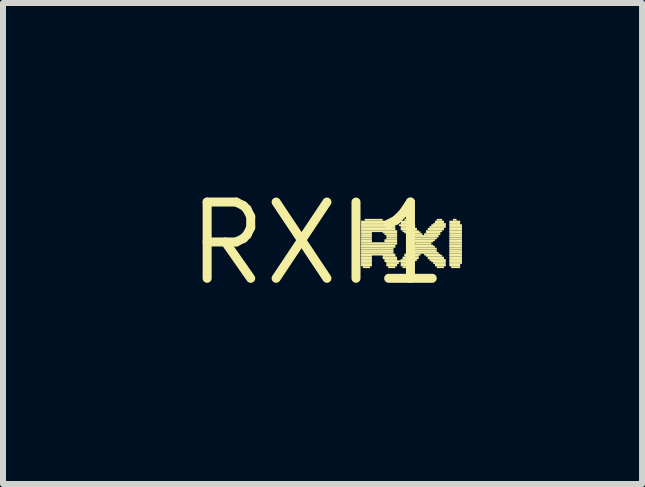
<source format=kicad_pcb>
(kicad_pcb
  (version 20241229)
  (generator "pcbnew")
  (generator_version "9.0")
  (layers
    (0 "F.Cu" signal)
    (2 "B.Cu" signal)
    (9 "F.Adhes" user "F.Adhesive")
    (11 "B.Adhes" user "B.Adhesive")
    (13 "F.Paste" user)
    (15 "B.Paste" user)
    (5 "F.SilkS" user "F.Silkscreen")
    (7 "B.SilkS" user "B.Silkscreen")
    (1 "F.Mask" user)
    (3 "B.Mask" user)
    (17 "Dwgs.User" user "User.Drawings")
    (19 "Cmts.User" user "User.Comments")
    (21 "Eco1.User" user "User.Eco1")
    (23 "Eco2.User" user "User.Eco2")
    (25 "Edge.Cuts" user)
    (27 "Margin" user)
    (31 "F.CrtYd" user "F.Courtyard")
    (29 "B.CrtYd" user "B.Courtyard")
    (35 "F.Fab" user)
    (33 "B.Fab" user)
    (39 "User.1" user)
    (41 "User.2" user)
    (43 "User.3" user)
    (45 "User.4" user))
  (footprint "RXI1"
    (layer "F.Cu")
    (at 2.245 1.006)
    (property "Reference" "RXI1" (at 0 0 0) (layer "F.SilkS") (effects (font (size 1.27 1.27) (thickness 0.15))))
    (fp_poly (pts (xy 0.72 -0.34) (xy 1.17 -0.34) (xy 1.17 -0.38) (xy 0.72 -0.38)) (stroke (width 0) (type default)) (fill yes) (layer "F.SilkS"))
    (fp_poly (pts (xy 0.72 -0.31) (xy 1.23 -0.31) (xy 1.23 -0.34) (xy 0.72 -0.34)) (stroke (width 0) (type default)) (fill yes) (layer "F.SilkS"))
    (fp_poly (pts (xy 0.72 -0.29) (xy 1.26 -0.29) (xy 1.26 -0.32) (xy 0.72 -0.32)) (stroke (width 0) (type default)) (fill yes) (layer "F.SilkS"))
    (fp_poly (pts (xy 0.72 -0.26) (xy 1.29 -0.26) (xy 1.29 -0.29) (xy 0.72 -0.29)) (stroke (width 0) (type default)) (fill yes) (layer "F.SilkS"))
    (fp_poly (pts (xy 0.72 -0.22) (xy 1.29 -0.22) (xy 1.29 -0.26) (xy 0.72 -0.26)) (stroke (width 0) (type default)) (fill yes) (layer "F.SilkS"))
    (fp_poly (pts (xy 0.72 -0.19) (xy 1.32 -0.19) (xy 1.32 -0.22) (xy 0.72 -0.22)) (stroke (width 0) (type default)) (fill yes) (layer "F.SilkS"))
    (fp_poly (pts (xy 0.72 -0.17) (xy 0.9 -0.17) (xy 0.9 -0.2) (xy 0.72 -0.2)) (stroke (width 0) (type default)) (fill yes) (layer "F.SilkS"))
    (fp_poly (pts (xy 0.72 -0.14) (xy 0.9 -0.14) (xy 0.9 -0.17) (xy 0.72 -0.17)) (stroke (width 0) (type default)) (fill yes) (layer "F.SilkS"))
    (fp_poly (pts (xy 0.72 -0.1) (xy 0.9 -0.1) (xy 0.9 -0.14) (xy 0.72 -0.14)) (stroke (width 0) (type default)) (fill yes) (layer "F.SilkS"))
    (fp_poly (pts (xy 0.72 -0.07) (xy 0.9 -0.07) (xy 0.9 -0.1) (xy 0.72 -0.1)) (stroke (width 0) (type default)) (fill yes) (layer "F.SilkS"))
    (fp_poly (pts (xy 0.72 -0.04) (xy 0.9 -0.04) (xy 0.9 -0.07) (xy 0.72 -0.07)) (stroke (width 0) (type default)) (fill yes) (layer "F.SilkS"))
    (fp_poly (pts (xy 0.72 -0.02) (xy 0.9 -0.02) (xy 0.9 -0.05) (xy 0.72 -0.05)) (stroke (width 0) (type default)) (fill yes) (layer "F.SilkS"))
    (fp_poly (pts (xy 0.72 0.02) (xy 1.32 0.02) (xy 1.32 -0.02) (xy 0.72 -0.02)) (stroke (width 0) (type default)) (fill yes) (layer "F.SilkS"))
    (fp_poly (pts (xy 0.72 0.05) (xy 1.29 0.05) (xy 1.29 0.02) (xy 0.72 0.02)) (stroke (width 0) (type default)) (fill yes) (layer "F.SilkS"))
    (fp_poly (pts (xy 0.72 0.07) (xy 1.29 0.07) (xy 1.29 0.04) (xy 0.72 0.04)) (stroke (width 0) (type default)) (fill yes) (layer "F.SilkS"))
    (fp_poly (pts (xy 0.72 0.1) (xy 1.26 0.1) (xy 1.26 0.07) (xy 0.72 0.07)) (stroke (width 0) (type default)) (fill yes) (layer "F.SilkS"))
    (fp_poly (pts (xy 0.72 0.14) (xy 1.26 0.14) (xy 1.26 0.1) (xy 0.72 0.1)) (stroke (width 0) (type default)) (fill yes) (layer "F.SilkS"))
    (fp_poly (pts (xy 0.72 0.17) (xy 1.26 0.17) (xy 1.26 0.14) (xy 0.72 0.14)) (stroke (width 0) (type default)) (fill yes) (layer "F.SilkS"))
    (fp_poly (pts (xy 0.72 0.2) (xy 1.29 0.2) (xy 1.29 0.17) (xy 0.72 0.17)) (stroke (width 0) (type default)) (fill yes) (layer "F.SilkS"))
    (fp_poly (pts (xy 0.72 0.22) (xy 0.9 0.22) (xy 0.9 0.19) (xy 0.72 0.19)) (stroke (width 0) (type default)) (fill yes) (layer "F.SilkS"))
    (fp_poly (pts (xy 0.72 0.26) (xy 0.9 0.26) (xy 0.9 0.22) (xy 0.72 0.22)) (stroke (width 0) (type default)) (fill yes) (layer "F.SilkS"))
    (fp_poly (pts (xy 0.72 0.29) (xy 0.9 0.29) (xy 0.9 0.26) (xy 0.72 0.26)) (stroke (width 0) (type default)) (fill yes) (layer "F.SilkS"))
    (fp_poly (pts (xy 0.72 0.31) (xy 0.9 0.31) (xy 0.9 0.28) (xy 0.72 0.28)) (stroke (width 0) (type default)) (fill yes) (layer "F.SilkS"))
    (fp_poly (pts (xy 0.72 0.34) (xy 0.9 0.34) (xy 0.9 0.31) (xy 0.72 0.31)) (stroke (width 0) (type default)) (fill yes) (layer "F.SilkS"))
    (fp_poly (pts (xy 0.72 0.38) (xy 0.9 0.38) (xy 0.9 0.34) (xy 0.72 0.34)) (stroke (width 0) (type default)) (fill yes) (layer "F.SilkS"))
    (fp_poly (pts (xy 0.75 0.41) (xy 0.87 0.41) (xy 0.87 0.38) (xy 0.75 0.38)) (stroke (width 0) (type default)) (fill yes) (layer "F.SilkS"))
    (fp_poly (pts (xy 0.78 -0.38) (xy 1.08 -0.38) (xy 1.08 -0.41) (xy 0.78 -0.41)) (stroke (width 0) (type default)) (fill yes) (layer "F.SilkS"))
    (fp_poly (pts (xy 1.08 -0.17) (xy 1.32 -0.17) (xy 1.32 -0.2) (xy 1.08 -0.2)) (stroke (width 0) (type default)) (fill yes) (layer "F.SilkS"))
    (fp_poly (pts (xy 1.08 0.22) (xy 1.29 0.22) (xy 1.29 0.19) (xy 1.08 0.19)) (stroke (width 0) (type default)) (fill yes) (layer "F.SilkS"))
    (fp_poly (pts (xy 1.08 0.26) (xy 1.32 0.26) (xy 1.32 0.22) (xy 1.08 0.22)) (stroke (width 0) (type default)) (fill yes) (layer "F.SilkS"))
    (fp_poly (pts (xy 1.11 -0.14) (xy 1.32 -0.14) (xy 1.32 -0.17) (xy 1.11 -0.17)) (stroke (width 0) (type default)) (fill yes) (layer "F.SilkS"))
    (fp_poly (pts (xy 1.11 -0.04) (xy 1.32 -0.04) (xy 1.32 -0.07) (xy 1.11 -0.07)) (stroke (width 0) (type default)) (fill yes) (layer "F.SilkS"))
    (fp_poly (pts (xy 1.11 -0.02) (xy 1.32 -0.02) (xy 1.32 -0.05) (xy 1.11 -0.05)) (stroke (width 0) (type default)) (fill yes) (layer "F.SilkS"))
    (fp_poly (pts (xy 1.11 0.29) (xy 1.32 0.29) (xy 1.32 0.26) (xy 1.11 0.26)) (stroke (width 0) (type default)) (fill yes) (layer "F.SilkS"))
    (fp_poly (pts (xy 1.11 0.31) (xy 1.62 0.31) (xy 1.62 0.28) (xy 1.11 0.28)) (stroke (width 0) (type default)) (fill yes) (layer "F.SilkS"))
    (fp_poly (pts (xy 1.14 -0.1) (xy 1.32 -0.1) (xy 1.32 -0.14) (xy 1.14 -0.14)) (stroke (width 0) (type default)) (fill yes) (layer "F.SilkS"))
    (fp_poly (pts (xy 1.14 -0.07) (xy 1.32 -0.07) (xy 1.32 -0.1) (xy 1.14 -0.1)) (stroke (width 0) (type default)) (fill yes) (layer "F.SilkS"))
    (fp_poly (pts (xy 1.14 0.34) (xy 1.35 0.34) (xy 1.35 0.31) (xy 1.14 0.31)) (stroke (width 0) (type default)) (fill yes) (layer "F.SilkS"))
    (fp_poly (pts (xy 1.14 0.38) (xy 1.32 0.38) (xy 1.32 0.34) (xy 1.14 0.34)) (stroke (width 0) (type default)) (fill yes) (layer "F.SilkS"))
    (fp_poly (pts (xy 1.17 0.41) (xy 1.29 0.41) (xy 1.29 0.38) (xy 1.17 0.38)) (stroke (width 0) (type default)) (fill yes) (layer "F.SilkS"))
    (fp_poly (pts (xy 1.35 -0.29) (xy 1.62 -0.29) (xy 1.62 -0.32) (xy 1.35 -0.32)) (stroke (width 0) (type default)) (fill yes) (layer "F.SilkS"))
    (fp_poly (pts (xy 1.38 -0.34) (xy 1.56 -0.34) (xy 1.56 -0.38) (xy 1.38 -0.38)) (stroke (width 0) (type default)) (fill yes) (layer "F.SilkS"))
    (fp_poly (pts (xy 1.38 -0.31) (xy 1.59 -0.31) (xy 1.59 -0.34) (xy 1.38 -0.34)) (stroke (width 0) (type default)) (fill yes) (layer "F.SilkS"))
    (fp_poly (pts (xy 1.38 -0.26) (xy 1.62 -0.26) (xy 1.62 -0.29) (xy 1.38 -0.29)) (stroke (width 0) (type default)) (fill yes) (layer "F.SilkS"))
    (fp_poly (pts (xy 1.38 -0.22) (xy 1.65 -0.22) (xy 1.65 -0.26) (xy 1.38 -0.26)) (stroke (width 0) (type default)) (fill yes) (layer "F.SilkS"))
    (fp_poly (pts (xy 1.38 0.29) (xy 1.65 0.29) (xy 1.65 0.26) (xy 1.38 0.26)) (stroke (width 0) (type default)) (fill yes) (layer "F.SilkS"))
    (fp_poly (pts (xy 1.38 0.34) (xy 1.59 0.34) (xy 1.59 0.31) (xy 1.38 0.31)) (stroke (width 0) (type default)) (fill yes) (layer "F.SilkS"))
    (fp_poly (pts (xy 1.38 0.38) (xy 1.56 0.38) (xy 1.56 0.34) (xy 1.38 0.34)) (stroke (width 0) (type default)) (fill yes) (layer "F.SilkS"))
    (fp_poly (pts (xy 1.41 -0.19) (xy 1.68 -0.19) (xy 1.68 -0.22) (xy 1.41 -0.22)) (stroke (width 0) (type default)) (fill yes) (layer "F.SilkS"))
    (fp_poly (pts (xy 1.41 0.26) (xy 1.68 0.26) (xy 1.68 0.22) (xy 1.41 0.22)) (stroke (width 0) (type default)) (fill yes) (layer "F.SilkS"))
    (fp_poly (pts (xy 1.41 0.41) (xy 1.53 0.41) (xy 1.53 0.38) (xy 1.41 0.38)) (stroke (width 0) (type default)) (fill yes) (layer "F.SilkS"))
    (fp_poly (pts (xy 1.44 -0.38) (xy 1.53 -0.38) (xy 1.53 -0.41) (xy 1.44 -0.41)) (stroke (width 0) (type default)) (fill yes) (layer "F.SilkS"))
    (fp_poly (pts (xy 1.44 -0.17) (xy 1.71 -0.17) (xy 1.71 -0.2) (xy 1.44 -0.2)) (stroke (width 0) (type default)) (fill yes) (layer "F.SilkS"))
    (fp_poly (pts (xy 1.44 0.2) (xy 1.71 0.2) (xy 1.71 0.17) (xy 1.44 0.17)) (stroke (width 0) (type default)) (fill yes) (layer "F.SilkS"))
    (fp_poly (pts (xy 1.44 0.22) (xy 1.68 0.22) (xy 1.68 0.19) (xy 1.44 0.19)) (stroke (width 0) (type default)) (fill yes) (layer "F.SilkS"))
    (fp_poly (pts (xy 1.47 -0.14) (xy 1.74 -0.14) (xy 1.74 -0.17) (xy 1.47 -0.17)) (stroke (width 0) (type default)) (fill yes) (layer "F.SilkS"))
    (fp_poly (pts (xy 1.47 0.17) (xy 2.01 0.17) (xy 2.01 0.14) (xy 1.47 0.14)) (stroke (width 0) (type default)) (fill yes) (layer "F.SilkS"))
    (fp_poly (pts (xy 1.5 -0.1) (xy 2.01 -0.1) (xy 2.01 -0.14) (xy 1.5 -0.14)) (stroke (width 0) (type default)) (fill yes) (layer "F.SilkS"))
    (fp_poly (pts (xy 1.5 0.14) (xy 1.98 0.14) (xy 1.98 0.1) (xy 1.5 0.1)) (stroke (width 0) (type default)) (fill yes) (layer "F.SilkS"))
    (fp_poly (pts (xy 1.53 -0.07) (xy 1.98 -0.07) (xy 1.98 -0.1) (xy 1.53 -0.1)) (stroke (width 0) (type default)) (fill yes) (layer "F.SilkS"))
    (fp_poly (pts (xy 1.53 0.1) (xy 1.98 0.1) (xy 1.98 0.07) (xy 1.53 0.07)) (stroke (width 0) (type default)) (fill yes) (layer "F.SilkS"))
    (fp_poly (pts (xy 1.56 -0.04) (xy 1.95 -0.04) (xy 1.95 -0.07) (xy 1.56 -0.07)) (stroke (width 0) (type default)) (fill yes) (layer "F.SilkS"))
    (fp_poly (pts (xy 1.56 0.07) (xy 1.95 0.07) (xy 1.95 0.04) (xy 1.56 0.04)) (stroke (width 0) (type default)) (fill yes) (layer "F.SilkS"))
    (fp_poly (pts (xy 1.59 -0.02) (xy 1.92 -0.02) (xy 1.92 -0.05) (xy 1.59 -0.05)) (stroke (width 0) (type default)) (fill yes) (layer "F.SilkS"))
    (fp_poly (pts (xy 1.59 0.05) (xy 1.92 0.05) (xy 1.92 0.02) (xy 1.59 0.02)) (stroke (width 0) (type default)) (fill yes) (layer "F.SilkS"))
    (fp_poly (pts (xy 1.62 0.02) (xy 1.89 0.02) (xy 1.89 -0.02) (xy 1.62 -0.02)) (stroke (width 0) (type default)) (fill yes) (layer "F.SilkS"))
    (fp_poly (pts (xy 1.77 -0.14) (xy 2.04 -0.14) (xy 2.04 -0.17) (xy 1.77 -0.17)) (stroke (width 0) (type default)) (fill yes) (layer "F.SilkS"))
    (fp_poly (pts (xy 1.77 0.2) (xy 2.04 0.2) (xy 2.04 0.17) (xy 1.77 0.17)) (stroke (width 0) (type default)) (fill yes) (layer "F.SilkS"))
    (fp_poly (pts (xy 1.8 -0.19) (xy 2.07 -0.19) (xy 2.07 -0.22) (xy 1.8 -0.22)) (stroke (width 0) (type default)) (fill yes) (layer "F.SilkS"))
    (fp_poly (pts (xy 1.8 -0.17) (xy 2.04 -0.17) (xy 2.04 -0.2) (xy 1.8 -0.2)) (stroke (width 0) (type default)) (fill yes) (layer "F.SilkS"))
    (fp_poly (pts (xy 1.8 0.22) (xy 2.07 0.22) (xy 2.07 0.19) (xy 1.8 0.19)) (stroke (width 0) (type default)) (fill yes) (layer "F.SilkS"))
    (fp_poly (pts (xy 1.83 -0.22) (xy 2.1 -0.22) (xy 2.1 -0.26) (xy 1.83 -0.26)) (stroke (width 0) (type default)) (fill yes) (layer "F.SilkS"))
    (fp_poly (pts (xy 1.83 0.26) (xy 2.1 0.26) (xy 2.1 0.22) (xy 1.83 0.22)) (stroke (width 0) (type default)) (fill yes) (layer "F.SilkS"))
    (fp_poly (pts (xy 1.86 -0.26) (xy 2.13 -0.26) (xy 2.13 -0.29) (xy 1.86 -0.29)) (stroke (width 0) (type default)) (fill yes) (layer "F.SilkS"))
    (fp_poly (pts (xy 1.86 0.29) (xy 2.13 0.29) (xy 2.13 0.26) (xy 1.86 0.26)) (stroke (width 0) (type default)) (fill yes) (layer "F.SilkS"))
    (fp_poly (pts (xy 1.89 -0.29) (xy 2.13 -0.29) (xy 2.13 -0.32) (xy 1.89 -0.32)) (stroke (width 0) (type default)) (fill yes) (layer "F.SilkS"))
    (fp_poly (pts (xy 1.89 0.31) (xy 2.13 0.31) (xy 2.13 0.28) (xy 1.89 0.28)) (stroke (width 0) (type default)) (fill yes) (layer "F.SilkS"))
    (fp_poly (pts (xy 1.92 -0.31) (xy 2.13 -0.31) (xy 2.13 -0.34) (xy 1.92 -0.34)) (stroke (width 0) (type default)) (fill yes) (layer "F.SilkS"))
    (fp_poly (pts (xy 1.92 0.34) (xy 2.13 0.34) (xy 2.13 0.31) (xy 1.92 0.31)) (stroke (width 0) (type default)) (fill yes) (layer "F.SilkS"))
    (fp_poly (pts (xy 1.95 -0.34) (xy 2.1 -0.34) (xy 2.1 -0.38) (xy 1.95 -0.38)) (stroke (width 0) (type default)) (fill yes) (layer "F.SilkS"))
    (fp_poly (pts (xy 1.95 0.38) (xy 2.13 0.38) (xy 2.13 0.34) (xy 1.95 0.34)) (stroke (width 0) (type default)) (fill yes) (layer "F.SilkS"))
    (fp_poly (pts (xy 1.98 -0.38) (xy 2.07 -0.38) (xy 2.07 -0.41) (xy 1.98 -0.41)) (stroke (width 0) (type default)) (fill yes) (layer "F.SilkS"))
    (fp_poly (pts (xy 1.98 0.41) (xy 2.1 0.41) (xy 2.1 0.38) (xy 1.98 0.38)) (stroke (width 0) (type default)) (fill yes) (layer "F.SilkS"))
    (fp_poly (pts (xy 2.19 -0.34) (xy 2.37 -0.34) (xy 2.37 -0.38) (xy 2.19 -0.38)) (stroke (width 0) (type default)) (fill yes) (layer "F.SilkS"))
    (fp_poly (pts (xy 2.19 -0.31) (xy 2.37 -0.31) (xy 2.37 -0.34) (xy 2.19 -0.34)) (stroke (width 0) (type default)) (fill yes) (layer "F.SilkS"))
    (fp_poly (pts (xy 2.19 -0.29) (xy 2.4 -0.29) (xy 2.4 -0.32) (xy 2.19 -0.32)) (stroke (width 0) (type default)) (fill yes) (layer "F.SilkS"))
    (fp_poly (pts (xy 2.19 -0.26) (xy 2.4 -0.26) (xy 2.4 -0.29) (xy 2.19 -0.29)) (stroke (width 0) (type default)) (fill yes) (layer "F.SilkS"))
    (fp_poly (pts (xy 2.19 -0.22) (xy 2.4 -0.22) (xy 2.4 -0.26) (xy 2.19 -0.26)) (stroke (width 0) (type default)) (fill yes) (layer "F.SilkS"))
    (fp_poly (pts (xy 2.19 -0.19) (xy 2.4 -0.19) (xy 2.4 -0.22) (xy 2.19 -0.22)) (stroke (width 0) (type default)) (fill yes) (layer "F.SilkS"))
    (fp_poly (pts (xy 2.19 -0.17) (xy 2.4 -0.17) (xy 2.4 -0.2) (xy 2.19 -0.2)) (stroke (width 0) (type default)) (fill yes) (layer "F.SilkS"))
    (fp_poly (pts (xy 2.19 -0.14) (xy 2.4 -0.14) (xy 2.4 -0.17) (xy 2.19 -0.17)) (stroke (width 0) (type default)) (fill yes) (layer "F.SilkS"))
    (fp_poly (pts (xy 2.19 -0.1) (xy 2.4 -0.1) (xy 2.4 -0.14) (xy 2.19 -0.14)) (stroke (width 0) (type default)) (fill yes) (layer "F.SilkS"))
    (fp_poly (pts (xy 2.19 -0.07) (xy 2.4 -0.07) (xy 2.4 -0.1) (xy 2.19 -0.1)) (stroke (width 0) (type default)) (fill yes) (layer "F.SilkS"))
    (fp_poly (pts (xy 2.19 -0.04) (xy 2.4 -0.04) (xy 2.4 -0.07) (xy 2.19 -0.07)) (stroke (width 0) (type default)) (fill yes) (layer "F.SilkS"))
    (fp_poly (pts (xy 2.19 -0.02) (xy 2.4 -0.02) (xy 2.4 -0.05) (xy 2.19 -0.05)) (stroke (width 0) (type default)) (fill yes) (layer "F.SilkS"))
    (fp_poly (pts (xy 2.19 0.02) (xy 2.4 0.02) (xy 2.4 -0.02) (xy 2.19 -0.02)) (stroke (width 0) (type default)) (fill yes) (layer "F.SilkS"))
    (fp_poly (pts (xy 2.19 0.05) (xy 2.4 0.05) (xy 2.4 0.02) (xy 2.19 0.02)) (stroke (width 0) (type default)) (fill yes) (layer "F.SilkS"))
    (fp_poly (pts (xy 2.19 0.07) (xy 2.4 0.07) (xy 2.4 0.04) (xy 2.19 0.04)) (stroke (width 0) (type default)) (fill yes) (layer "F.SilkS"))
    (fp_poly (pts (xy 2.19 0.1) (xy 2.4 0.1) (xy 2.4 0.07) (xy 2.19 0.07)) (stroke (width 0) (type default)) (fill yes) (layer "F.SilkS"))
    (fp_poly (pts (xy 2.19 0.14) (xy 2.4 0.14) (xy 2.4 0.1) (xy 2.19 0.1)) (stroke (width 0) (type default)) (fill yes) (layer "F.SilkS"))
    (fp_poly (pts (xy 2.19 0.17) (xy 2.4 0.17) (xy 2.4 0.14) (xy 2.19 0.14)) (stroke (width 0) (type default)) (fill yes) (layer "F.SilkS"))
    (fp_poly (pts (xy 2.19 0.2) (xy 2.4 0.2) (xy 2.4 0.17) (xy 2.19 0.17)) (stroke (width 0) (type default)) (fill yes) (layer "F.SilkS"))
    (fp_poly (pts (xy 2.19 0.22) (xy 2.4 0.22) (xy 2.4 0.19) (xy 2.19 0.19)) (stroke (width 0) (type default)) (fill yes) (layer "F.SilkS"))
    (fp_poly (pts (xy 2.19 0.26) (xy 2.4 0.26) (xy 2.4 0.22) (xy 2.19 0.22)) (stroke (width 0) (type default)) (fill yes) (layer "F.SilkS"))
    (fp_poly (pts (xy 2.19 0.29) (xy 2.4 0.29) (xy 2.4 0.26) (xy 2.19 0.26)) (stroke (width 0) (type default)) (fill yes) (layer "F.SilkS"))
    (fp_poly (pts (xy 2.19 0.31) (xy 2.4 0.31) (xy 2.4 0.28) (xy 2.19 0.28)) (stroke (width 0) (type default)) (fill yes) (layer "F.SilkS"))
    (fp_poly (pts (xy 2.19 0.34) (xy 2.4 0.34) (xy 2.4 0.31) (xy 2.19 0.31)) (stroke (width 0) (type default)) (fill yes) (layer "F.SilkS"))
    (fp_poly (pts (xy 2.19 0.38) (xy 2.37 0.38) (xy 2.37 0.34) (xy 2.19 0.34)) (stroke (width 0) (type default)) (fill yes) (layer "F.SilkS"))
    (fp_poly (pts (xy 2.22 0.41) (xy 2.37 0.41) (xy 2.37 0.38) (xy 2.22 0.38)) (stroke (width 0) (type default)) (fill yes) (layer "F.SilkS"))
    (fp_poly (pts (xy 2.25 -0.38) (xy 2.31 -0.38) (xy 2.31 -0.41) (xy 2.25 -0.41)) (stroke (width 0) (type default)) (fill yes) (layer "F.SilkS")))
  (gr_rect
    (start -3 -3)
    (end 7.645 5.012)
    (stroke (width 0.1) (type default))
    (fill no)
    (layer "Edge.Cuts")))
</source>
